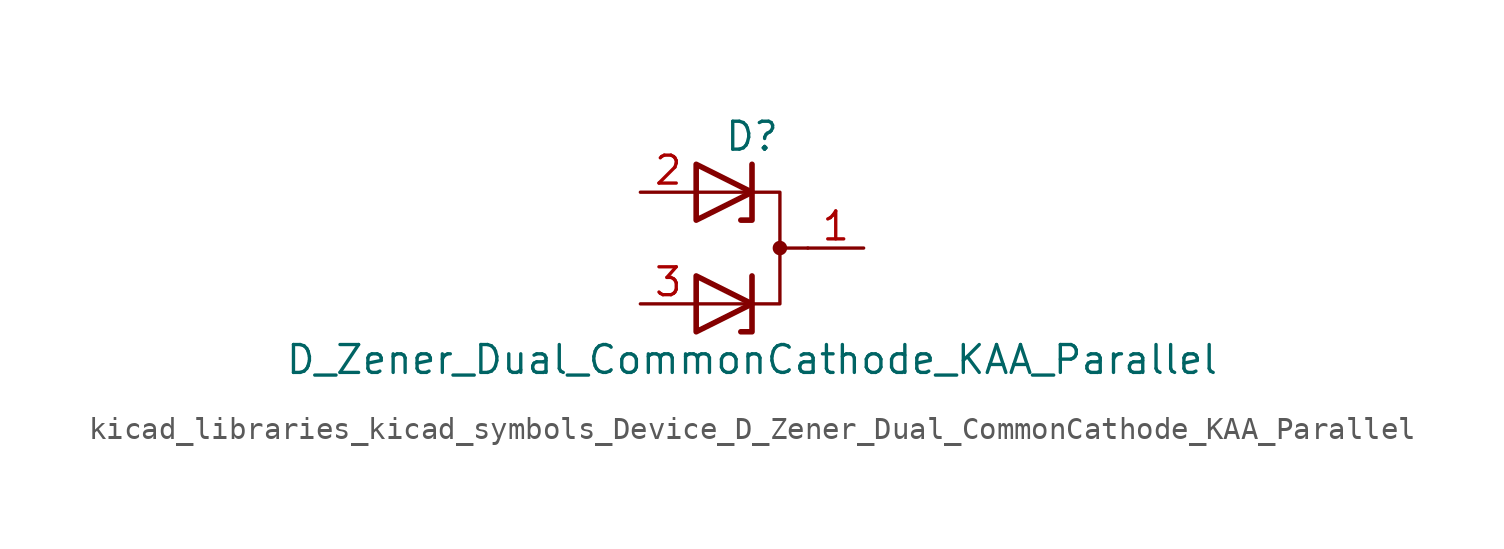
<source format=kicad_sym>
(kicad_symbol_lib
  (version 20220914)
  (generator kicad_symbol_editor)
  (symbol "kicad_libraries_kicad_symbols_Device_D_Zener_Dual_CommonCathode_KAA_Parallel"
    (pin_names
      (offset 0.762) hide)
    (property "Reference" "D"
      (at 0 5.08 0)
      (effects (font (size 1.27 1.27))))
    (property "Value" "D_Zener_Dual_CommonCathode_KAA_Parallel"
      (at 0 -5.08 0)
      (effects (font (size 1.27 1.27))))
    (symbol "kicad_libraries_kicad_symbols_Device_D_Zener_Dual_CommonCathode_KAA_Parallel_0_0"
      (polyline (pts (xy 0 -1.27) (xy 0 -3.81) (xy -0.508 -3.81)) (stroke (width 0.254) (type default)) (fill (type none)))
      (polyline (pts (xy 0 3.81) (xy 0 1.27) (xy -0.508 1.27)) (stroke (width 0.254) (type default)) (fill (type none))))
    (symbol "kicad_libraries_kicad_symbols_Device_D_Zener_Dual_CommonCathode_KAA_Parallel_0_1"
      (polyline (pts (xy 1.27 0) (xy 2.54 0)) (stroke (width 0) (type default)) (fill (type none)))
      (polyline (pts (xy -2.54 -2.54) (xy 1.27 -2.54) (xy 1.27 2.54) (xy -2.54 2.54)) (stroke (width 0) (type default)) (fill (type none)))
      (polyline (pts (xy -2.54 -1.27) (xy 0 -2.54) (xy -2.54 -3.81) (xy -2.54 -1.27) (xy -2.54 -1.27) (xy -2.54 -1.27)) (stroke (width 0.254) (type default)) (fill (type none)))
      (polyline (pts (xy -2.54 3.81) (xy 0 2.54) (xy -2.54 1.27) (xy -2.54 3.81) (xy -2.54 3.81) (xy -2.54 3.81)) (stroke (width 0.254) (type default)) (fill (type none)))
      (circle (center 1.27 0) (radius 0.254) (stroke (width 0) (type default)) (fill (type outline)))
      (pin passive line (at 5.08 0 180) (length 2.54) (name "A" (effects (font (size 1.27 1.27)))) (number "1" (effects (font (size 1.27 1.27)))))
      (pin passive line (at -5.08 2.54 0) (length 2.54) (name "K" (effects (font (size 1.27 1.27)))) (number "2" (effects (font (size 1.27 1.27)))))
      (pin passive line (at -5.08 -2.54 0) (length 2.54) (name "K" (effects (font (size 1.27 1.27)))) (number "3" (effects (font (size 1.27 1.27))))))))
</source>
